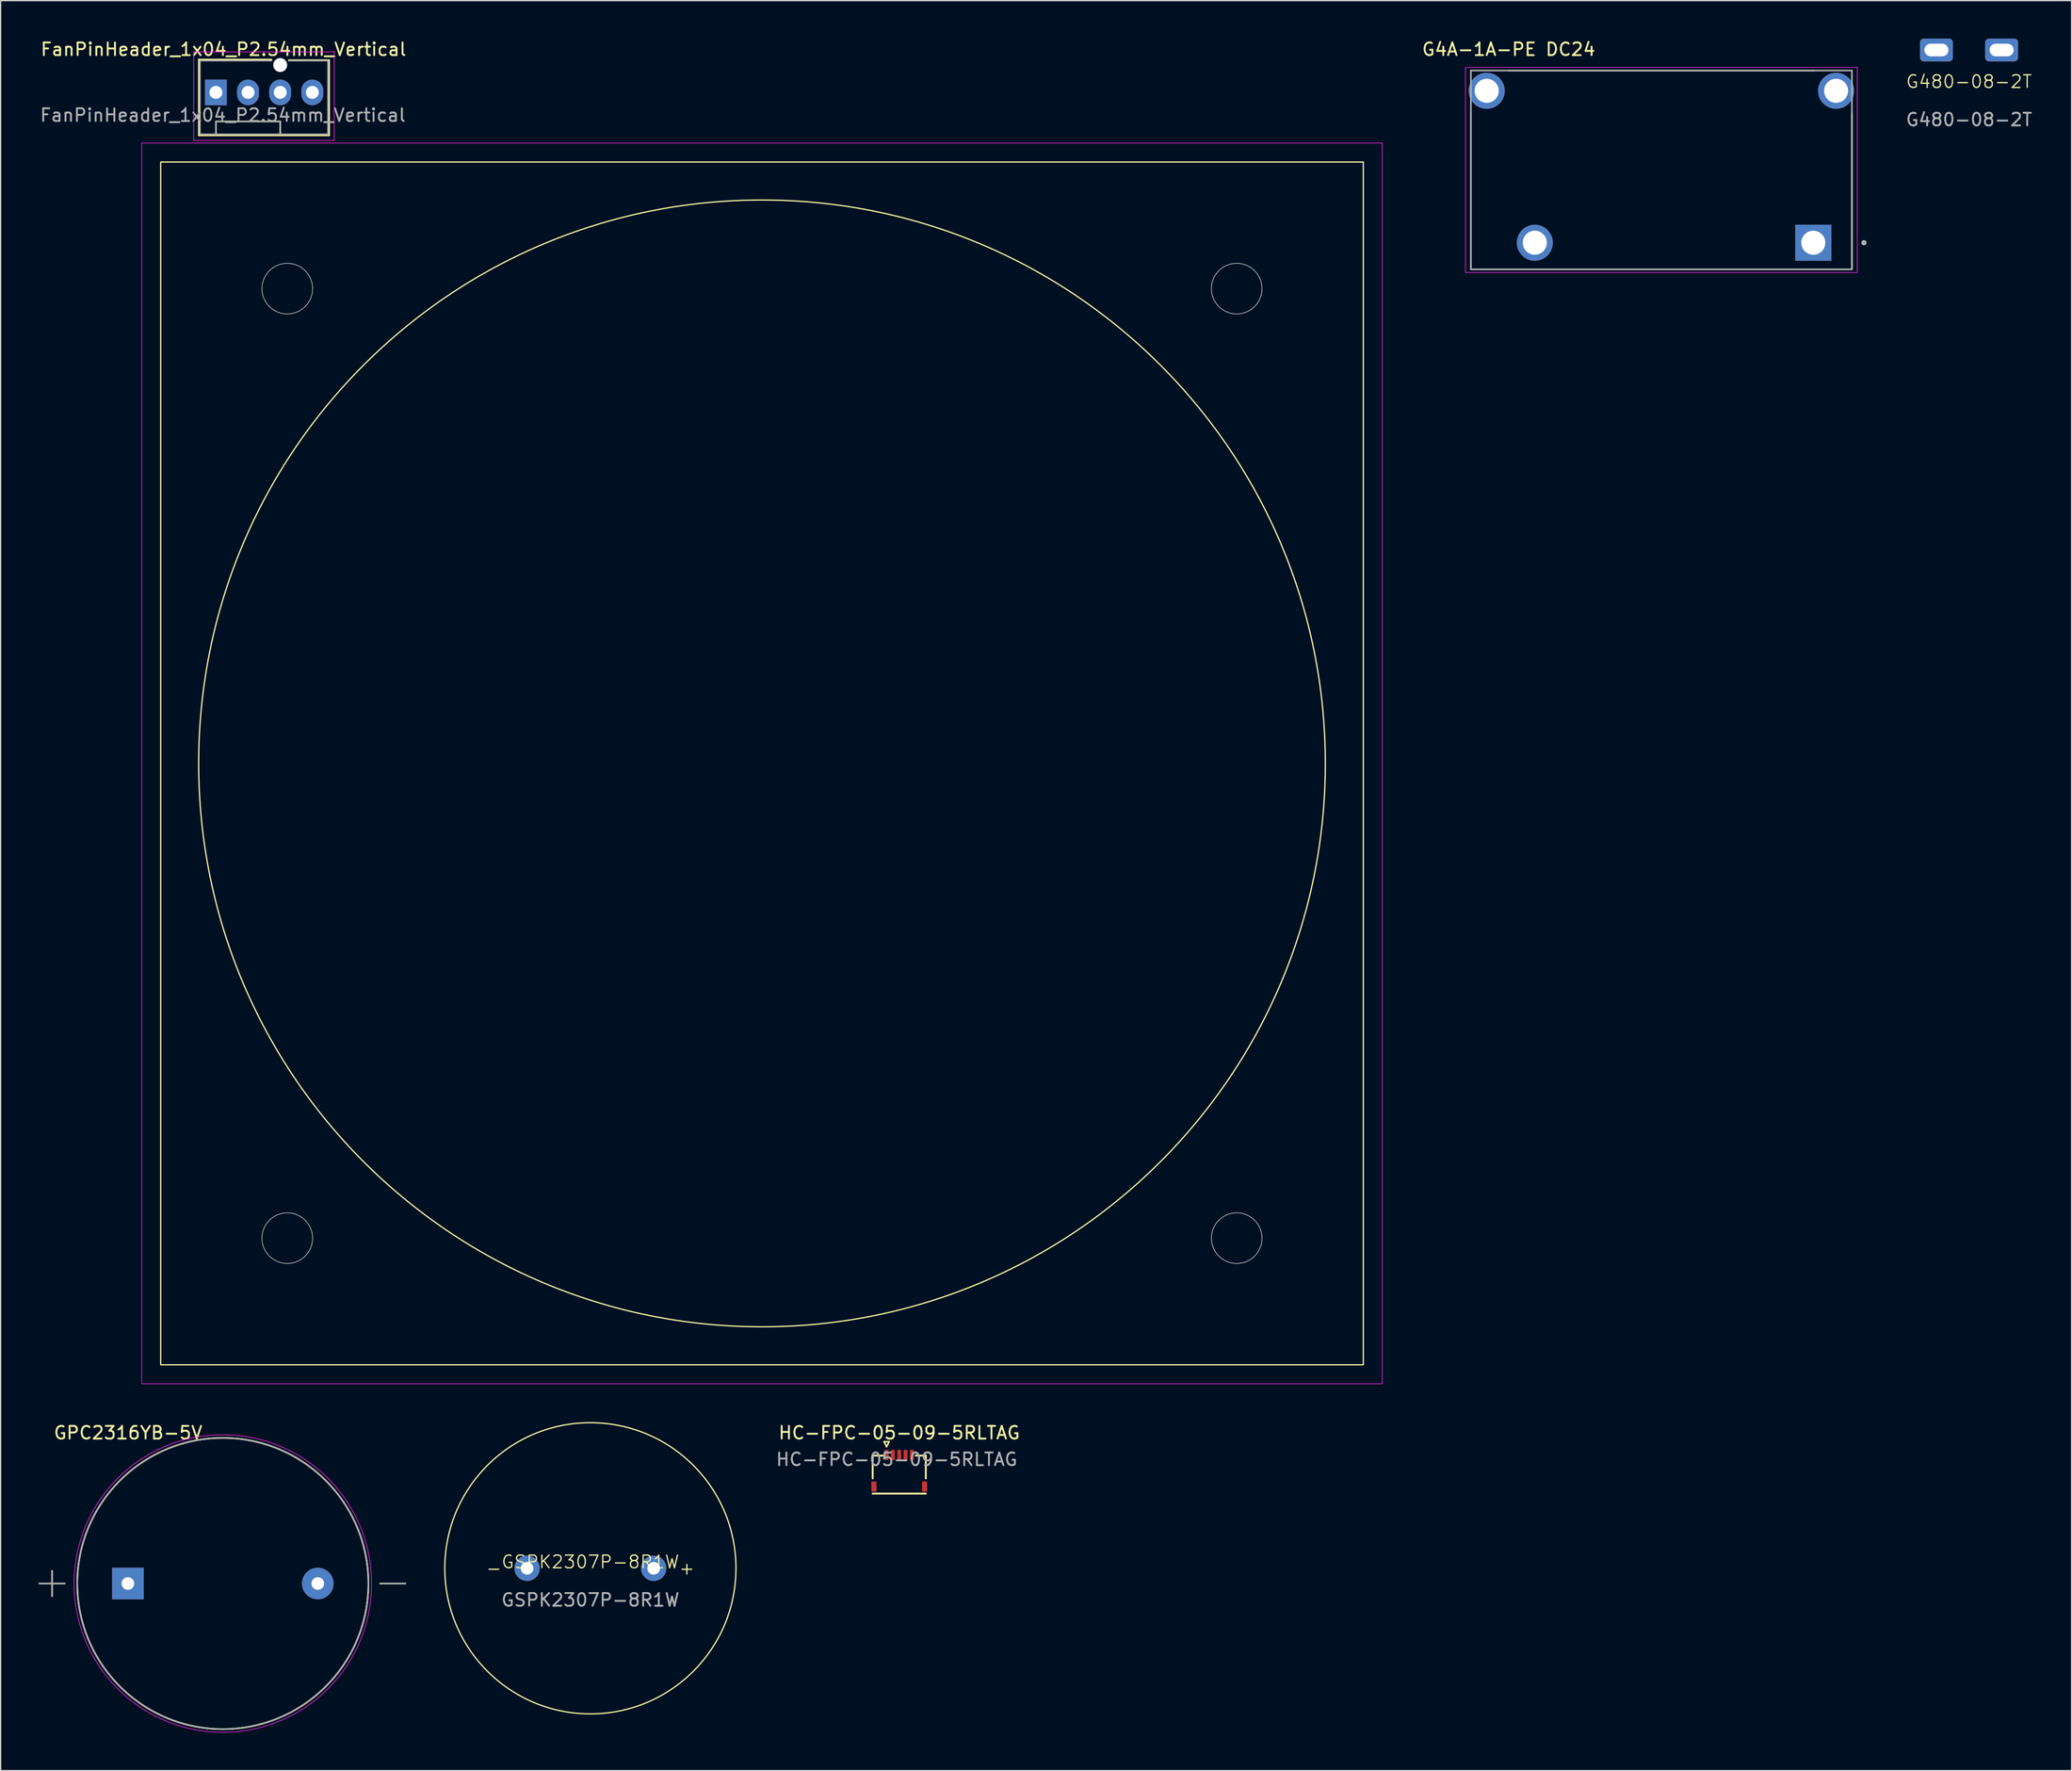
<source format=kicad_pcb>
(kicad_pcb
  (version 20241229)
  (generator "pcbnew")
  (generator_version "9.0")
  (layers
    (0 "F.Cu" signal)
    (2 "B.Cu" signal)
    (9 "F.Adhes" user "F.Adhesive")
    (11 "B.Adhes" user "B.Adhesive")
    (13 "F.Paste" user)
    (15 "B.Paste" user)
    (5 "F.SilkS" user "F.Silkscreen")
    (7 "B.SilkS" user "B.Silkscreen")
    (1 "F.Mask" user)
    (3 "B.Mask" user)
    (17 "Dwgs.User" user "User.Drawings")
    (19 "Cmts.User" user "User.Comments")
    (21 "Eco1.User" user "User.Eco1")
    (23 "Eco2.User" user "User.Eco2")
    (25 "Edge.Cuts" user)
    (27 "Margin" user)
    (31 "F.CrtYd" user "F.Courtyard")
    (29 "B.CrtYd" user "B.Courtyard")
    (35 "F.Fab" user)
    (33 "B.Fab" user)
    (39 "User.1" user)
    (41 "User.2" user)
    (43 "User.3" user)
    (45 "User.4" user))
  (footprint "G4A-1A-PE DC24"
    (layer "F.Cu")
    (at 128.192 10.373)
    (property "Reference" "G4A-1A-PE DC24" (at -12.065 -9.525 0) (layer "F.SilkS") (effects (font (size 1 1) (thickness 0.15))))
    (attr through_hole)
    (fp_line (start -15.05 7.85) (end -15.05 -4.505) (stroke (width 0.127) (type solid)) (layer "F.SilkS"))
    (fp_line (start -12.055 -7.85) (end 12.055 -7.85) (stroke (width 0.127) (type solid)) (layer "F.SilkS"))
    (fp_line (start 15.05 7.85) (end -15.05 7.85) (stroke (width 0.127) (type solid)) (layer "F.SilkS"))
    (fp_line (start 15.05 7.85) (end 15.05 -4.505) (stroke (width 0.127) (type solid)) (layer "F.SilkS"))
    (fp_circle (center 16 5.75) (end 16.1 5.75) (stroke (width 0.2) (type solid)) (fill no) (layer "F.SilkS"))
    (fp_line (start -15.475 -8.1) (end -15.475 8.1) (stroke (width 0.05) (type solid)) (layer "F.CrtYd"))
    (fp_line (start -15.475 8.1) (end 15.475 8.1) (stroke (width 0.05) (type solid)) (layer "F.CrtYd"))
    (fp_line (start 15.475 -8.1) (end -15.475 -8.1) (stroke (width 0.05) (type solid)) (layer "F.CrtYd"))
    (fp_line (start 15.475 8.1) (end 15.475 -8.1) (stroke (width 0.05) (type solid)) (layer "F.CrtYd"))
    (fp_line (start -15.05 -7.85) (end 15.05 -7.85) (stroke (width 0.127) (type solid)) (layer "F.Fab"))
    (fp_line (start -15.05 7.85) (end -15.05 -7.85) (stroke (width 0.127) (type solid)) (layer "F.Fab"))
    (fp_line (start 15.05 -7.85) (end 15.05 7.85) (stroke (width 0.127) (type solid)) (layer "F.Fab"))
    (fp_line (start 15.05 7.85) (end -15.05 7.85) (stroke (width 0.127) (type solid)) (layer "F.Fab"))
    (fp_circle (center 16 5.75) (end 16.1 5.75) (stroke (width 0.2) (type solid)) (fill no) (layer "F.Fab"))
    (pad "1" thru_hole rect (at 12 5.75) (size 2.85 2.85) (drill 1.9) (layers "*.Cu" "*.Mask"))
    (pad "2" thru_hole circle (at -10 5.75) (size 2.85 2.85) (drill 1.9) (layers "*.Cu" "*.Mask"))
    (pad "3" thru_hole circle (at -13.8 -6.25) (size 2.85 2.85) (drill 1.9) (layers "*.Cu" "*.Mask"))
    (pad "4" thru_hole circle (at 13.8 -6.25) (size 2.85 2.85) (drill 1.9) (layers "*.Cu" "*.Mask")))
  (footprint "FanPinHeader_1x04_P2.54mm_Vertical"
    (layer "F.Cu")
    (at 57.144 57.248)
    (property "Reference" "FanPinHeader_1x04_P2.54mm_Vertical" (at -42.54 -56.4 0) (layer "F.SilkS") (effects (font (size 1 1) (thickness 0.15))))
    (attr through_hole)
    (fp_line (start -44.49 -55.6) (end -38.74 -55.6) (stroke (width 0.12) (type solid)) (layer "F.SilkS"))
    (fp_line (start -44.49 -49.6) (end -44.49 -55.6) (stroke (width 0.12) (type solid)) (layer "F.SilkS"))
    (fp_line (start -43.14 -50.71) (end -38.06 -50.71) (stroke (width 0.12) (type solid)) (layer "F.SilkS"))
    (fp_line (start -43.14 -49.7) (end -43.14 -50.71) (stroke (width 0.12) (type solid)) (layer "F.SilkS"))
    (fp_line (start -38.06 -50.71) (end -38.06 -49.7) (stroke (width 0.12) (type solid)) (layer "F.SilkS"))
    (fp_line (start -37.39 -55.55) (end -34.19 -55.55) (stroke (width 0.12) (type solid)) (layer "F.SilkS"))
    (fp_line (start -34.19 -55.55) (end -34.19 -49.6) (stroke (width 0.12) (type solid)) (layer "F.SilkS"))
    (fp_line (start -34.19 -49.6) (end -44.49 -49.6) (stroke (width 0.12) (type solid)) (layer "F.SilkS"))
    (fp_rect (start -47.5 -47.5) (end 47.5 47.5) (stroke (width 0.1) (type default)) (fill no) (layer "F.SilkS"))
    (fp_circle (center 0 0) (end 44.5 0) (stroke (width 0.1) (type default)) (fill no) (layer "F.SilkS"))
    (fp_circle (center -37.5 -37.5) (end -35.5 -37.5) (stroke (width 0.05) (type solid)) (fill no) (layer "Edge.Cuts"))
    (fp_circle (center -37.5 37.5) (end -35.5 37.5) (stroke (width 0.05) (type solid)) (fill no) (layer "Edge.Cuts"))
    (fp_circle (center 37.5 -37.5) (end 39.5 -37.5) (stroke (width 0.05) (type solid)) (fill no) (layer "Edge.Cuts"))
    (fp_circle (center 37.5 37.5) (end 39.5 37.5) (stroke (width 0.05) (type solid)) (fill no) (layer "Edge.Cuts"))
    (fp_line (start -44.89 -49.2) (end -44.89 -56.2) (stroke (width 0.05) (type solid)) (layer "F.CrtYd"))
    (fp_line (start -44.89 -49.2) (end -33.79 -49.2) (stroke (width 0.05) (type solid)) (layer "F.CrtYd"))
    (fp_line (start -33.79 -56.2) (end -44.89 -56.2) (stroke (width 0.05) (type solid)) (layer "F.CrtYd"))
    (fp_line (start -33.79 -56.2) (end -33.79 -49.2) (stroke (width 0.05) (type solid)) (layer "F.CrtYd"))
    (fp_rect (start -49 -49) (end 49 49) (stroke (width 0.05) (type default)) (fill no) (layer "F.CrtYd"))
    (fp_line (start -44.39 -55.5) (end -38.74 -55.5) (stroke (width 0.1) (type solid)) (layer "F.Fab"))
    (fp_line (start -44.39 -49.7) (end -44.39 -55.5) (stroke (width 0.1) (type solid)) (layer "F.Fab"))
    (fp_line (start -44.34 -49.7) (end -44.39 -49.7) (stroke (width 0.1) (type solid)) (layer "F.Fab"))
    (fp_line (start -43.14 -50.7) (end -43.14 -49.7) (stroke (width 0.1) (type solid)) (layer "F.Fab"))
    (fp_line (start -38.04 -50.7) (end -43.14 -50.7) (stroke (width 0.1) (type solid)) (layer "F.Fab"))
    (fp_line (start -38.04 -49.7) (end -38.04 -50.7) (stroke (width 0.1) (type solid)) (layer "F.Fab"))
    (fp_line (start -37.39 -55.5) (end -34.29 -55.5) (stroke (width 0.1) (type solid)) (layer "F.Fab"))
    (fp_line (start -34.29 -55.5) (end -34.29 -49.7) (stroke (width 0.1) (type solid)) (layer "F.Fab"))
    (fp_line (start -34.29 -49.7) (end -44.34 -49.7) (stroke (width 0.1) (type solid)) (layer "F.Fab"))
    (fp_text user "${REFERENCE}" (at -42.59 -51.2 0) (layer "F.Fab") (effects (font (size 1 1) (thickness 0.15))))
    (pad "" np_thru_hole circle (at -38.06 -55.16 90) (size 1.1 1.1) (drill 1.1) (layers "*.Cu" "*.Mask"))
    (pad "1" thru_hole rect (at -43.14 -53 90) (size 2.03 1.73) (drill 1.02) (layers "*.Cu" "*.Mask"))
    (pad "2" thru_hole oval (at -40.6 -53 90) (size 2.03 1.73) (drill 1.02) (layers "*.Cu" "*.Mask"))
    (pad "3" thru_hole oval (at -38.06 -53 90) (size 2.03 1.73) (drill 1.02) (layers "*.Cu" "*.Mask"))
    (pad "4" thru_hole oval (at -35.52 -53 90) (size 2.03 1.73) (drill 1.02) (layers "*.Cu" "*.Mask")))
  (footprint "G480-08-2T"
    (layer "F.Cu")
    (at 152.493 0.9)
    (property "Reference" "G480-08-2T" (at 0 2.5 0) (unlocked yes) (layer "F.SilkS") (effects (font (size 1 1) (thickness 0.1))))
    (attr through_hole)
    (fp_text user "${REFERENCE}" (at 0 5.5 0) (unlocked yes) (layer "F.Fab") (effects (font (size 1 1) (thickness 0.15))))
    (pad "1" thru_hole roundrect (at -2.575 0) (size 2.6 1.8) (drill oval 1.9 1) (layers "*.Cu" "*.Mask") (roundrect_rratio 0.164))
    (pad "1" thru_hole roundrect (at 2.575 0) (size 2.6 1.8) (drill oval 1.9 1) (layers "*.Cu" "*.Mask") (roundrect_rratio 0.164)))
  (footprint "GPC2316YB-5V"
    (layer "F.Cu")
    (at 14.553 122.026)
    (property "Reference" "GPC2316YB-5V" (at -7.485 -11.905 0) (layer "F.SilkS") (effects (font (size 1 1) (thickness 0.15))))
    (attr through_hole)
    (fp_line (start -14.49 0) (end -12.49 0) (stroke (width 0.127) (type solid)) (layer "F.SilkS"))
    (fp_line (start -13.49 -1) (end -13.49 1) (stroke (width 0.127) (type solid)) (layer "F.SilkS"))
    (fp_line (start 12.42 0) (end 14.42 0) (stroke (width 0.127) (type solid)) (layer "F.SilkS"))
    (fp_circle (center 0 0) (end 11.5 0) (stroke (width 0.127) (type solid)) (fill no) (layer "F.SilkS"))
    (fp_circle (center 0 0) (end 11.75 0) (stroke (width 0.05) (type solid)) (fill no) (layer "F.CrtYd"))
    (fp_line (start -14.49 0) (end -12.49 0) (stroke (width 0.127) (type solid)) (layer "F.Fab"))
    (fp_line (start -13.49 -1) (end -13.49 1) (stroke (width 0.127) (type solid)) (layer "F.Fab"))
    (fp_line (start 12.42 0) (end 14.42 0) (stroke (width 0.127) (type solid)) (layer "F.Fab"))
    (fp_circle (center 0 0) (end 11.5 0) (stroke (width 0.127) (type solid)) (fill no) (layer "F.Fab"))
    (pad "1" thru_hole rect (at -7.5 0) (size 2.5 2.5) (drill 1) (layers "*.Cu" "*.Mask"))
    (pad "2" thru_hole circle (at 7.5 0) (size 2.5 2.5) (drill 1) (layers "*.Cu" "*.Mask")))
  (footprint "GSPK2307P-8R1W"
    (layer "F.Cu")
    (at 43.587 120.823)
    (property "Reference" "GSPK2307P-8R1W" (at 0 -0.5 0) (unlocked yes) (layer "F.SilkS") (effects (font (size 1 1) (thickness 0.1))))
    (attr through_hole)
    (fp_circle (center 0 0) (end 11.5 0) (stroke (width 0.1) (type default)) (fill no) (layer "F.SilkS"))
    (fp_text user "+" (at 7.62 0 0) (unlocked yes) (layer "F.SilkS") (effects (font (size 1 1) (thickness 0.1))))
    (fp_text user "-" (at -7.62 0 0) (unlocked yes) (layer "F.SilkS") (effects (font (size 1 1) (thickness 0.1))))
    (fp_text user "${REFERENCE}" (at 0 2.5 0) (unlocked yes) (layer "F.Fab") (effects (font (size 1 1) (thickness 0.15))))
    (pad "1" thru_hole circle (at 5 0) (size 2 2) (drill 1) (layers "*.Cu" "*.Mask"))
    (pad "2" thru_hole circle (at -5 0) (size 2 2) (drill 1) (layers "*.Cu" "*.Mask")))
  (footprint "HC-FPC-05-09-5RLTAG"
    (layer "F.Cu")
    (at 67.986 113.222)
    (property "Reference" "HC-FPC-05-09-5RLTAG" (at 0 -3.1 0) (layer "F.SilkS") (effects (font (size 1 1) (thickness 0.15))))
    (attr smd)
    (fp_line (start -2.1 -1.3) (end -2.1 0.5) (stroke (width 0.15) (type default)) (layer "F.SilkS"))
    (fp_line (start -2.1 1.7) (end 2.1 1.7) (stroke (width 0.15) (type default)) (layer "F.SilkS"))
    (fp_line (start -1.3 -1.3) (end -2.1 -1.3) (stroke (width 0.15) (type default)) (layer "F.SilkS"))
    (fp_line (start -1.2 -2.4) (end -1 -2) (stroke (width 0.12) (type solid)) (layer "F.SilkS"))
    (fp_line (start -1 -2) (end -0.8 -2.4) (stroke (width 0.12) (type solid)) (layer "F.SilkS"))
    (fp_line (start -0.8 -2.4) (end -1.2 -2.4) (stroke (width 0.12) (type solid)) (layer "F.SilkS"))
    (fp_line (start 1.3 -1.3) (end 2.1 -1.3) (stroke (width 0.15) (type default)) (layer "F.SilkS"))
    (fp_line (start 2.1 -1.3) (end 2.1 0.5) (stroke (width 0.15) (type default)) (layer "F.SilkS"))
    (fp_text user "${REFERENCE}" (at -0.2 -1 0) (layer "F.Fab") (effects (font (size 1 1) (thickness 0.15))))
    (pad "1" smd rect (at -1 -1.35) (size 0.3 0.8) (layers "F.Cu" "F.Mask" "F.Paste"))
    (pad "2" smd rect (at -0.5 -1.35) (size 0.3 0.8) (layers "F.Cu" "F.Mask" "F.Paste"))
    (pad "3" smd rect (at 0 -1.35) (size 0.3 0.8) (layers "F.Cu" "F.Mask" "F.Paste"))
    (pad "4" smd rect (at 0.5 -1.35) (size 0.3 0.8) (layers "F.Cu" "F.Mask" "F.Paste"))
    (pad "5" smd rect (at 1 -1.35) (size 0.3 0.8) (layers "F.Cu" "F.Mask" "F.Paste"))
    (pad "MP" smd rect (at -2 1.15) (size 0.4 0.8) (layers "F.Cu" "F.Mask" "F.Paste"))
    (pad "MP" smd rect (at 2 1.15) (size 0.4 0.8) (layers "F.Cu" "F.Mask" "F.Paste")))
  (gr_rect
    (start -3 -3)
    (end 160.594 136.802)
    (stroke (width 0.1) (type default))
    (fill no)
    (layer "Edge.Cuts")))
</source>
